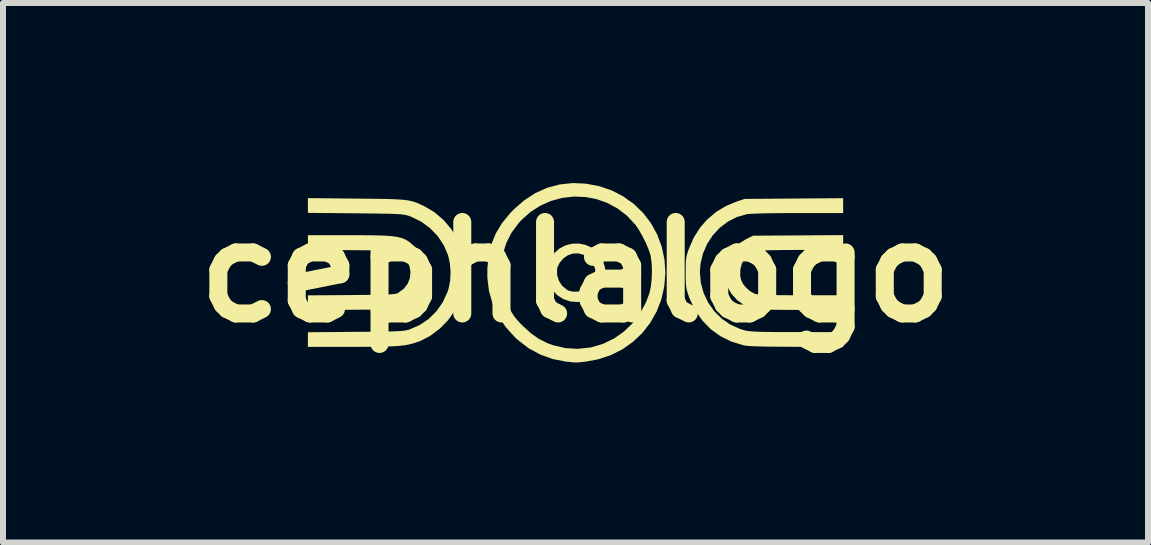
<source format=kicad_pcb>
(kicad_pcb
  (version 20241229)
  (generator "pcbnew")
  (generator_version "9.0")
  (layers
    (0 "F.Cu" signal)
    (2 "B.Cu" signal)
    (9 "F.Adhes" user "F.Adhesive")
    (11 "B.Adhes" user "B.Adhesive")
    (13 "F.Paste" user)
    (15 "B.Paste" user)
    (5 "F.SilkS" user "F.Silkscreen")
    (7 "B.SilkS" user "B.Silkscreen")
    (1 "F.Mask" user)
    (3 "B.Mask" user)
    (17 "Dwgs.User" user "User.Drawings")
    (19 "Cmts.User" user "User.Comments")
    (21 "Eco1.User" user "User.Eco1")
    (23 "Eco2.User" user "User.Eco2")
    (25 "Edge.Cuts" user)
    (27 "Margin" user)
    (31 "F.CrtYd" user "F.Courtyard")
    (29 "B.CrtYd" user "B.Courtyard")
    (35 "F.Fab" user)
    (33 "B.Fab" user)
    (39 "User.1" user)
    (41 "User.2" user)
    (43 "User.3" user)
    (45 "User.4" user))
  (footprint "cephlalogo"
    (layer "F.Cu")
    (at 6.539 1.483)
    (property "Reference" "cephlalogo" (at 0 0 0) (layer "F.SilkS") (effects (font (size 1.524 1.524) (thickness 0.3))))
    (attr board_only exclude_from_pos_files exclude_from_bom)
    (fp_poly (pts (xy 0.163 -0.454) (xy 0.267 -0.408) (xy 0.358 -0.336) (xy 0.431 -0.24) (xy 0.457 -0.189) (xy 0.492 -0.068) (xy 0.496 0.05) (xy 0.472 0.163) (xy 0.422 0.266) (xy 0.351 0.356) (xy 0.262 0.427) (xy 0.158 0.476) (xy 0.042 0.499) (xy -0.082 0.491) (xy -0.205 0.45) (xy -0.311 0.38) (xy -0.396 0.285) (xy -0.437 0.211) (xy -0.468 0.106) (xy -0.471 0.048) (xy -0.307 0.048) (xy -0.277 0.146) (xy -0.22 0.232) (xy -0.141 0.296) (xy -0.114 0.31) (xy -0.043 0.327) (xy 0.042 0.325) (xy 0.128 0.306) (xy 0.193 0.274) (xy 0.247 0.225) (xy 0.292 0.162) (xy 0.296 0.154) (xy 0.329 0.05) (xy 0.328 -0.049) (xy 0.291 -0.143) (xy 0.227 -0.224) (xy 0.144 -0.284) (xy 0.049 -0.311) (xy -0.046 -0.308) (xy -0.128 -0.28) (xy -0.203 -0.227) (xy -0.264 -0.156) (xy -0.302 -0.078) (xy -0.307 -0.055) (xy -0.307 0.048) (xy -0.471 0.048) (xy -0.475 -0.01) (xy -0.459 -0.125) (xy -0.429 -0.206) (xy -0.359 -0.311) (xy -0.271 -0.39) (xy -0.17 -0.444) (xy -0.06 -0.472) (xy 0.052 -0.476)) (stroke (width 0) (type solid)) (fill yes) (layer "F.SilkS"))
    (fp_poly (pts (xy 4.459 -0.369) (xy 3.761 -0.369) (xy 3.572 -0.368) (xy 3.406 -0.367) (xy 3.265 -0.364) (xy 3.15 -0.361) (xy 3.065 -0.357) (xy 3.012 -0.353) (xy 2.997 -0.35) (xy 2.903 -0.307) (xy 2.828 -0.238) (xy 2.774 -0.15) (xy 2.746 -0.047) (xy 2.744 0.063) (xy 2.757 0.129) (xy 2.79 0.197) (xy 2.846 0.265) (xy 2.915 0.323) (xy 2.985 0.361) (xy 2.995 0.365) (xy 3.028 0.371) (xy 3.083 0.376) (xy 3.163 0.38) (xy 3.27 0.383) (xy 3.406 0.385) (xy 3.572 0.386) (xy 3.763 0.386) (xy 4.459 0.386) (xy 4.459 0.632) (xy 3.735 0.631) (xy 3.54 0.63) (xy 3.378 0.629) (xy 3.245 0.627) (xy 3.14 0.624) (xy 3.058 0.621) (xy 2.998 0.617) (xy 2.957 0.611) (xy 2.936 0.606) (xy 2.805 0.549) (xy 2.69 0.465) (xy 2.597 0.361) (xy 2.531 0.242) (xy 2.527 0.231) (xy 2.501 0.129) (xy 2.493 0.013) (xy 2.501 -0.103) (xy 2.525 -0.207) (xy 2.542 -0.249) (xy 2.623 -0.376) (xy 2.73 -0.479) (xy 2.84 -0.548) (xy 2.957 -0.606) (xy 3.708 -0.611) (xy 4.459 -0.616)) (stroke (width 0) (type solid)) (fill yes) (layer "F.SilkS"))
    (fp_poly (pts (xy -3.574 -0.614) (xy -3.404 -0.613) (xy -3.263 -0.61) (xy -3.145 -0.605) (xy -3.049 -0.597) (xy -2.971 -0.585) (xy -2.906 -0.57) (xy -2.852 -0.55) (xy -2.804 -0.525) (xy -2.76 -0.494) (xy -2.716 -0.456) (xy -2.685 -0.428) (xy -2.594 -0.321) (xy -2.534 -0.198) (xy -2.505 -0.06) (xy -2.502 0.009) (xy -2.504 0.091) (xy -2.514 0.154) (xy -2.533 0.215) (xy -2.552 0.259) (xy -2.624 0.376) (xy -2.724 0.479) (xy -2.843 0.56) (xy -2.875 0.576) (xy -2.975 0.623) (xy -3.717 0.628) (xy -4.459 0.634) (xy -4.459 0.388) (xy -3.735 0.383) (xy -3.553 0.381) (xy -3.403 0.38) (xy -3.282 0.378) (xy -3.186 0.376) (xy -3.112 0.373) (xy -3.056 0.369) (xy -3.016 0.365) (xy -2.987 0.359) (xy -2.967 0.353) (xy -2.957 0.348) (xy -2.864 0.28) (xy -2.798 0.195) (xy -2.76 0.1) (xy -2.75 0.001) (xy -2.767 -0.098) (xy -2.811 -0.191) (xy -2.883 -0.271) (xy -2.958 -0.322) (xy -2.976 -0.331) (xy -2.996 -0.339) (xy -3.02 -0.345) (xy -3.053 -0.35) (xy -3.097 -0.354) (xy -3.157 -0.357) (xy -3.235 -0.36) (xy -3.335 -0.361) (xy -3.461 -0.363) (xy -3.616 -0.364) (xy -3.743 -0.365) (xy -4.459 -0.37) (xy -4.459 -0.614) (xy -3.775 -0.614)) (stroke (width 0) (type solid)) (fill yes) (layer "F.SilkS"))
    (fp_poly (pts (xy 4.459 -0.983) (xy 3.707 -0.983) (xy 3.512 -0.983) (xy 3.336 -0.981) (xy 3.183 -0.979) (xy 3.055 -0.976) (xy 2.954 -0.972) (xy 2.883 -0.968) (xy 2.851 -0.964) (xy 2.688 -0.917) (xy 2.537 -0.84) (xy 2.402 -0.737) (xy 2.286 -0.612) (xy 2.192 -0.468) (xy 2.123 -0.308) (xy 2.082 -0.138) (xy 2.072 0.004) (xy 2.088 0.183) (xy 2.136 0.354) (xy 2.212 0.512) (xy 2.314 0.655) (xy 2.438 0.778) (xy 2.583 0.877) (xy 2.744 0.949) (xy 2.83 0.974) (xy 2.865 0.981) (xy 2.91 0.986) (xy 2.968 0.991) (xy 3.043 0.994) (xy 3.138 0.997) (xy 3.256 0.998) (xy 3.401 1) (xy 3.575 1) (xy 3.699 1) (xy 4.459 1.001) (xy 4.459 1.246) (xy 3.682 1.245) (xy 3.475 1.244) (xy 3.3 1.243) (xy 3.155 1.241) (xy 3.038 1.238) (xy 2.945 1.235) (xy 2.875 1.23) (xy 2.825 1.225) (xy 2.8 1.22) (xy 2.597 1.159) (xy 2.414 1.068) (xy 2.251 0.95) (xy 2.111 0.805) (xy 1.993 0.635) (xy 1.901 0.442) (xy 1.884 0.395) (xy 1.864 0.335) (xy 1.85 0.282) (xy 1.842 0.229) (xy 1.837 0.165) (xy 1.835 0.082) (xy 1.835 0.009) (xy 1.836 -0.093) (xy 1.838 -0.169) (xy 1.844 -0.229) (xy 1.854 -0.281) (xy 1.87 -0.335) (xy 1.884 -0.377) (xy 1.969 -0.573) (xy 2.08 -0.747) (xy 2.192 -0.874) (xy 2.342 -1.002) (xy 2.506 -1.101) (xy 2.677 -1.172) (xy 2.817 -1.219) (xy 3.638 -1.225) (xy 4.459 -1.231)) (stroke (width 0) (type solid)) (fill yes) (layer "F.SilkS"))
    (fp_poly (pts (xy -3.656 -1.224) (xy -3.456 -1.222) (xy -3.288 -1.22) (xy -3.148 -1.218) (xy -3.031 -1.214) (xy -2.936 -1.209) (xy -2.857 -1.203) (xy -2.792 -1.194) (xy -2.736 -1.183) (xy -2.686 -1.169) (xy -2.639 -1.152) (xy -2.59 -1.13) (xy -2.536 -1.105) (xy -2.519 -1.097) (xy -2.347 -0.995) (xy -2.197 -0.866) (xy -2.069 -0.714) (xy -1.966 -0.542) (xy -1.89 -0.352) (xy -1.843 -0.148) (xy -1.834 -0.075) (xy -1.832 0.034) (xy -1.843 0.16) (xy -1.866 0.29) (xy -1.899 0.408) (xy -1.916 0.457) (xy -2.007 0.636) (xy -2.122 0.799) (xy -2.258 0.94) (xy -2.411 1.056) (xy -2.576 1.144) (xy -2.668 1.177) (xy -2.723 1.193) (xy -2.778 1.207) (xy -2.837 1.218) (xy -2.904 1.226) (xy -2.982 1.233) (xy -3.074 1.238) (xy -3.186 1.242) (xy -3.321 1.244) (xy -3.482 1.245) (xy -3.673 1.246) (xy -3.735 1.246) (xy -4.459 1.246) (xy -4.459 1.003) (xy -3.664 0.996) (xy -3.473 0.995) (xy -3.314 0.993) (xy -3.183 0.991) (xy -3.077 0.989) (xy -2.992 0.986) (xy -2.926 0.983) (xy -2.875 0.978) (xy -2.835 0.973) (xy -2.804 0.967) (xy -2.777 0.96) (xy -2.773 0.959) (xy -2.602 0.885) (xy -2.45 0.784) (xy -2.32 0.656) (xy -2.214 0.506) (xy -2.135 0.335) (xy -2.114 0.271) (xy -2.089 0.142) (xy -2.082 -0.003) (xy -2.094 -0.148) (xy -2.123 -0.279) (xy -2.196 -0.448) (xy -2.297 -0.6) (xy -2.424 -0.732) (xy -2.572 -0.841) (xy -2.739 -0.922) (xy -2.791 -0.941) (xy -2.818 -0.948) (xy -2.849 -0.955) (xy -2.888 -0.96) (xy -2.938 -0.964) (xy -3.003 -0.968) (xy -3.087 -0.971) (xy -3.191 -0.973) (xy -3.321 -0.975) (xy -3.479 -0.977) (xy -3.668 -0.979) (xy -3.673 -0.979) (xy -4.459 -0.986) (xy -4.459 -1.232)) (stroke (width 0) (type solid)) (fill yes) (layer "F.SilkS"))
    (fp_poly (pts (xy 0.172 -1.473) (xy 0.396 -1.431) (xy 0.606 -1.359) (xy 0.798 -1.259) (xy 0.972 -1.134) (xy 1.125 -0.986) (xy 1.255 -0.817) (xy 1.359 -0.629) (xy 1.435 -0.426) (xy 1.482 -0.21) (xy 1.497 0.009) (xy 1.479 0.237) (xy 1.43 0.455) (xy 1.351 0.658) (xy 1.245 0.845) (xy 1.114 1.014) (xy 0.959 1.161) (xy 0.783 1.286) (xy 0.588 1.384) (xy 0.376 1.454) (xy 0.183 1.49) (xy 0.103 1.5) (xy 0.045 1.505) (xy -0.004 1.506) (xy -0.057 1.503) (xy -0.126 1.495) (xy -0.158 1.492) (xy -0.381 1.449) (xy -0.589 1.374) (xy -0.783 1.268) (xy -0.963 1.129) (xy -1.005 1.091) (xy -1.162 0.918) (xy -1.288 0.731) (xy -1.381 0.53) (xy -1.442 0.317) (xy -1.469 0.094) (xy -1.469 -0.05) (xy -1.242 -0.05) (xy -1.242 0.113) (xy -1.227 0.256) (xy -1.192 0.39) (xy -1.137 0.529) (xy -1.111 0.585) (xy -1.069 0.663) (xy -1.028 0.728) (xy -0.98 0.79) (xy -0.916 0.859) (xy -0.871 0.904) (xy -0.74 1.022) (xy -0.612 1.112) (xy -0.476 1.181) (xy -0.373 1.219) (xy -0.173 1.266) (xy 0.032 1.279) (xy 0.237 1.258) (xy 0.26 1.254) (xy 0.458 1.196) (xy 0.642 1.107) (xy 0.808 0.99) (xy 0.955 0.848) (xy 1.079 0.683) (xy 1.177 0.497) (xy 1.231 0.351) (xy 1.254 0.248) (xy 1.268 0.124) (xy 1.273 -0.009) (xy 1.269 -0.138) (xy 1.255 -0.25) (xy 1.249 -0.281) (xy 1.219 -0.373) (xy 1.174 -0.481) (xy 1.118 -0.593) (xy 1.058 -0.699) (xy 1 -0.785) (xy 0.993 -0.794) (xy 0.854 -0.942) (xy 0.698 -1.061) (xy 0.529 -1.152) (xy 0.348 -1.216) (xy 0.161 -1.251) (xy -0.029 -1.258) (xy -0.219 -1.236) (xy -0.404 -1.187) (xy -0.582 -1.109) (xy -0.749 -1.003) (xy -0.9 -0.868) (xy -0.945 -0.819) (xy -1.066 -0.657) (xy -1.154 -0.484) (xy -1.212 -0.297) (xy -1.24 -0.093) (xy -1.242 -0.05) (xy -1.469 -0.05) (xy -1.469 -0.061) (xy -1.447 -0.276) (xy -1.4 -0.469) (xy -1.327 -0.647) (xy -1.225 -0.815) (xy -1.091 -0.979) (xy -1.036 -1.037) (xy -0.86 -1.192) (xy -0.672 -1.315) (xy -0.474 -1.404) (xy -0.264 -1.46) (xy -0.044 -1.483)) (stroke (width 0) (type solid)) (fill yes) (layer "F.SilkS")))
  (gr_rect
    (start -3 -3)
    (end 16.077 5.989)
    (stroke (width 0.1) (type default))
    (fill no)
    (layer "Edge.Cuts")))
</source>
